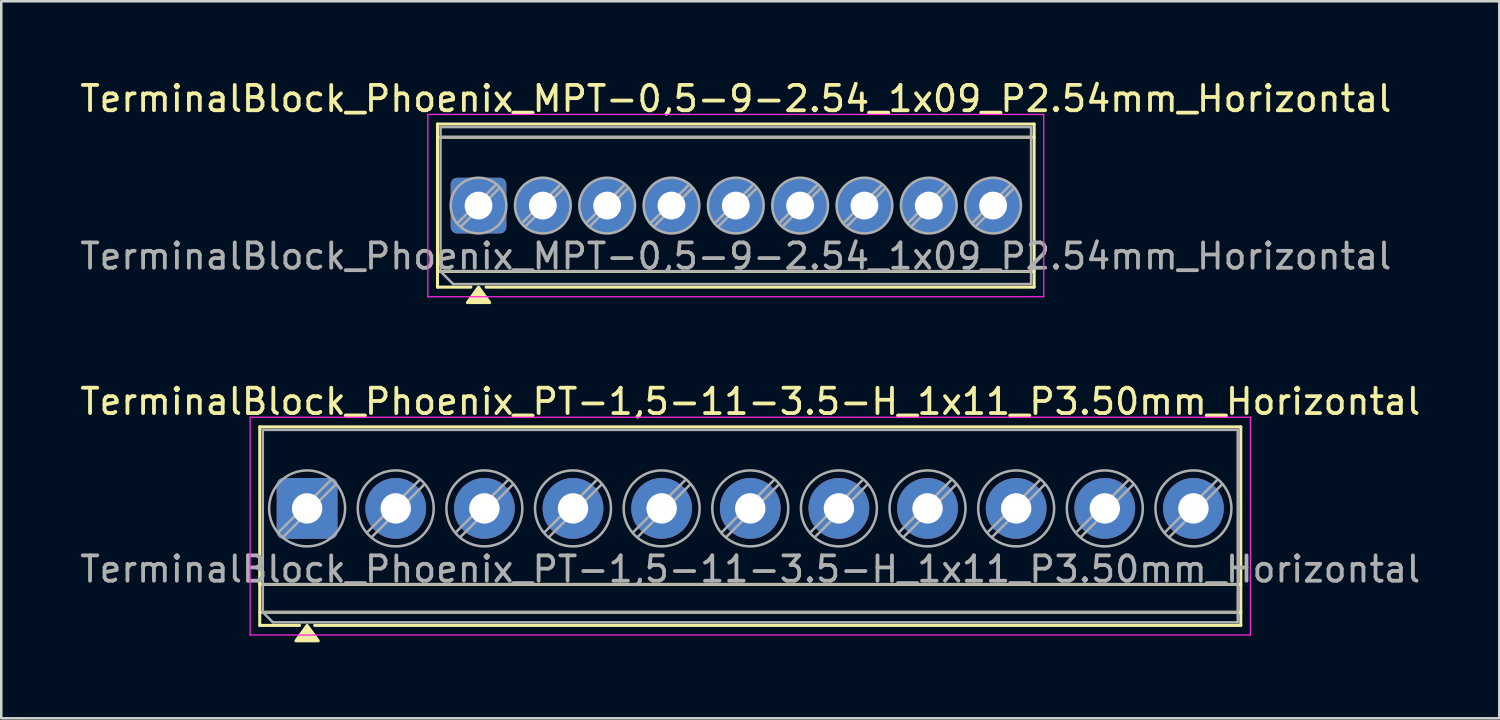
<source format=kicad_pcb>
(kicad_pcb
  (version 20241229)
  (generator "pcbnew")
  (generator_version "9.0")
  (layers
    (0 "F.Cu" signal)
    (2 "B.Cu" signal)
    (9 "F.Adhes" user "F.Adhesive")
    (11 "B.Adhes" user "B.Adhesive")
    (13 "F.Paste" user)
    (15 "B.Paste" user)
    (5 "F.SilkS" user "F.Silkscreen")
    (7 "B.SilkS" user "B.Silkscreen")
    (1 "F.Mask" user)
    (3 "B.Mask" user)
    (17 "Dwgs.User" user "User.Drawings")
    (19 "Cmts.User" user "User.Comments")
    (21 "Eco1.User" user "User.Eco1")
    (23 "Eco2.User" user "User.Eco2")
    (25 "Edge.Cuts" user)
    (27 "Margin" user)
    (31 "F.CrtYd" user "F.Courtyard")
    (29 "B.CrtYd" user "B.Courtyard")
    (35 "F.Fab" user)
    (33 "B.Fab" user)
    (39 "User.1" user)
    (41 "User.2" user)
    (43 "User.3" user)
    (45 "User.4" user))
  (footprint "TerminalBlock_Phoenix_PT-1,5-11-3.5-H_1x11_P3.50mm_Horizontal"
    (layer "F.Cu")
    (at 9.077 17.026)
    (property "Reference" "TerminalBlock_Phoenix_PT-1,5-11-3.5-H_1x11_P3.50mm_Horizontal" (at 17.5 -4.22 0) (layer "F.SilkS") (effects (font (size 1 1) (thickness 0.15))))
    (attr through_hole)
    (fp_line (start -1.87 -3.22) (end 36.87 -3.22) (stroke (width 0.12) (type solid)) (layer "F.SilkS"))
    (fp_line (start -1.87 3) (end 36.87 3) (stroke (width 0.12) (type solid)) (layer "F.SilkS"))
    (fp_line (start -1.87 4.1) (end 36.87 4.1) (stroke (width 0.12) (type solid)) (layer "F.SilkS"))
    (fp_line (start -1.87 4.62) (end -1.87 -3.22) (stroke (width 0.12) (type solid)) (layer "F.SilkS"))
    (fp_line (start -0.3 4.62) (end -1.87 4.62) (stroke (width 0.12) (type solid)) (layer "F.SilkS"))
    (fp_line (start 36.87 -3.22) (end 36.87 4.62) (stroke (width 0.12) (type solid)) (layer "F.SilkS"))
    (fp_line (start 36.87 4.62) (end 0.3 4.62) (stroke (width 0.12) (type solid)) (layer "F.SilkS"))
    (fp_poly (pts (xy 0 4.62) (xy 0.44 5.23) (xy -0.44 5.23)) (stroke (width 0.12) (type solid)) (fill yes) (layer "F.SilkS"))
    (fp_line (start -2.25 -3.6) (end -2.25 5) (stroke (width 0.05) (type solid)) (layer "F.CrtYd"))
    (fp_line (start -2.25 5) (end 37.25 5) (stroke (width 0.05) (type solid)) (layer "F.CrtYd"))
    (fp_line (start 37.25 -3.6) (end -2.25 -3.6) (stroke (width 0.05) (type solid)) (layer "F.CrtYd"))
    (fp_line (start 37.25 5) (end 37.25 -3.6) (stroke (width 0.05) (type solid)) (layer "F.CrtYd"))
    (fp_line (start -1.75 -3.1) (end 36.75 -3.1) (stroke (width 0.1) (type solid)) (layer "F.Fab"))
    (fp_line (start -1.75 3) (end 36.75 3) (stroke (width 0.1) (type solid)) (layer "F.Fab"))
    (fp_line (start -1.75 4.1) (end -1.75 -3.1) (stroke (width 0.1) (type solid)) (layer "F.Fab"))
    (fp_line (start -1.75 4.1) (end 36.75 4.1) (stroke (width 0.1) (type solid)) (layer "F.Fab"))
    (fp_line (start -1.35 4.5) (end -1.75 4.1) (stroke (width 0.1) (type solid)) (layer "F.Fab"))
    (fp_line (start 0.955 -1.138) (end -1.138 0.955) (stroke (width 0.1) (type solid)) (layer "F.Fab"))
    (fp_line (start 1.138 -0.955) (end -0.955 1.138) (stroke (width 0.1) (type solid)) (layer "F.Fab"))
    (fp_line (start 4.455 -1.138) (end 2.362 0.955) (stroke (width 0.1) (type solid)) (layer "F.Fab"))
    (fp_line (start 4.638 -0.955) (end 2.545 1.138) (stroke (width 0.1) (type solid)) (layer "F.Fab"))
    (fp_line (start 7.955 -1.138) (end 5.862 0.955) (stroke (width 0.1) (type solid)) (layer "F.Fab"))
    (fp_line (start 8.138 -0.955) (end 6.045 1.138) (stroke (width 0.1) (type solid)) (layer "F.Fab"))
    (fp_line (start 11.455 -1.138) (end 9.362 0.955) (stroke (width 0.1) (type solid)) (layer "F.Fab"))
    (fp_line (start 11.638 -0.955) (end 9.545 1.138) (stroke (width 0.1) (type solid)) (layer "F.Fab"))
    (fp_line (start 14.955 -1.138) (end 12.862 0.955) (stroke (width 0.1) (type solid)) (layer "F.Fab"))
    (fp_line (start 15.138 -0.955) (end 13.045 1.138) (stroke (width 0.1) (type solid)) (layer "F.Fab"))
    (fp_line (start 18.455 -1.138) (end 16.362 0.955) (stroke (width 0.1) (type solid)) (layer "F.Fab"))
    (fp_line (start 18.638 -0.955) (end 16.545 1.138) (stroke (width 0.1) (type solid)) (layer "F.Fab"))
    (fp_line (start 21.955 -1.138) (end 19.862 0.955) (stroke (width 0.1) (type solid)) (layer "F.Fab"))
    (fp_line (start 22.138 -0.955) (end 20.045 1.138) (stroke (width 0.1) (type solid)) (layer "F.Fab"))
    (fp_line (start 25.455 -1.138) (end 23.362 0.955) (stroke (width 0.1) (type solid)) (layer "F.Fab"))
    (fp_line (start 25.638 -0.955) (end 23.545 1.138) (stroke (width 0.1) (type solid)) (layer "F.Fab"))
    (fp_line (start 28.955 -1.138) (end 26.862 0.955) (stroke (width 0.1) (type solid)) (layer "F.Fab"))
    (fp_line (start 29.138 -0.955) (end 27.045 1.138) (stroke (width 0.1) (type solid)) (layer "F.Fab"))
    (fp_line (start 32.455 -1.138) (end 30.362 0.955) (stroke (width 0.1) (type solid)) (layer "F.Fab"))
    (fp_line (start 32.638 -0.955) (end 30.545 1.138) (stroke (width 0.1) (type solid)) (layer "F.Fab"))
    (fp_line (start 35.955 -1.138) (end 33.862 0.955) (stroke (width 0.1) (type solid)) (layer "F.Fab"))
    (fp_line (start 36.138 -0.955) (end 34.045 1.138) (stroke (width 0.1) (type solid)) (layer "F.Fab"))
    (fp_line (start 36.75 -3.1) (end 36.75 4.5) (stroke (width 0.1) (type solid)) (layer "F.Fab"))
    (fp_line (start 36.75 4.5) (end -1.35 4.5) (stroke (width 0.1) (type solid)) (layer "F.Fab"))
    (fp_circle (center 0 0) (end 1.5 0) (stroke (width 0.1) (type solid)) (fill no) (layer "F.Fab"))
    (fp_circle (center 3.5 0) (end 5 0) (stroke (width 0.1) (type solid)) (fill no) (layer "F.Fab"))
    (fp_circle (center 7 0) (end 8.5 0) (stroke (width 0.1) (type solid)) (fill no) (layer "F.Fab"))
    (fp_circle (center 10.5 0) (end 12 0) (stroke (width 0.1) (type solid)) (fill no) (layer "F.Fab"))
    (fp_circle (center 14 0) (end 15.5 0) (stroke (width 0.1) (type solid)) (fill no) (layer "F.Fab"))
    (fp_circle (center 17.5 0) (end 19 0) (stroke (width 0.1) (type solid)) (fill no) (layer "F.Fab"))
    (fp_circle (center 21 0) (end 22.5 0) (stroke (width 0.1) (type solid)) (fill no) (layer "F.Fab"))
    (fp_circle (center 24.5 0) (end 26 0) (stroke (width 0.1) (type solid)) (fill no) (layer "F.Fab"))
    (fp_circle (center 28 0) (end 29.5 0) (stroke (width 0.1) (type solid)) (fill no) (layer "F.Fab"))
    (fp_circle (center 31.5 0) (end 33 0) (stroke (width 0.1) (type solid)) (fill no) (layer "F.Fab"))
    (fp_circle (center 35 0) (end 36.5 0) (stroke (width 0.1) (type solid)) (fill no) (layer "F.Fab"))
    (fp_text user "${REFERENCE}" (at 17.5 2.4 0) (layer "F.Fab") (effects (font (size 1 1) (thickness 0.15))))
    (pad "1" thru_hole roundrect (at 0 0) (size 2.4 2.4) (drill 1.2) (layers "*.Cu" "*.Mask") (roundrect_rratio 0.104))
    (pad "2" thru_hole circle (at 3.5 0) (size 2.4 2.4) (drill 1.2) (layers "*.Cu" "*.Mask"))
    (pad "3" thru_hole circle (at 7 0) (size 2.4 2.4) (drill 1.2) (layers "*.Cu" "*.Mask"))
    (pad "4" thru_hole circle (at 10.5 0) (size 2.4 2.4) (drill 1.2) (layers "*.Cu" "*.Mask"))
    (pad "5" thru_hole circle (at 14 0) (size 2.4 2.4) (drill 1.2) (layers "*.Cu" "*.Mask"))
    (pad "6" thru_hole circle (at 17.5 0) (size 2.4 2.4) (drill 1.2) (layers "*.Cu" "*.Mask"))
    (pad "7" thru_hole circle (at 21 0) (size 2.4 2.4) (drill 1.2) (layers "*.Cu" "*.Mask"))
    (pad "8" thru_hole circle (at 24.5 0) (size 2.4 2.4) (drill 1.2) (layers "*.Cu" "*.Mask"))
    (pad "9" thru_hole circle (at 28 0) (size 2.4 2.4) (drill 1.2) (layers "*.Cu" "*.Mask"))
    (pad "10" thru_hole circle (at 31.5 0) (size 2.4 2.4) (drill 1.2) (layers "*.Cu" "*.Mask"))
    (pad "11" thru_hole circle (at 35 0) (size 2.4 2.4) (drill 1.2) (layers "*.Cu" "*.Mask")))
  (footprint "TerminalBlock_Phoenix_MPT-0,5-9-2.54_1x09_P2.54mm_Horizontal"
    (layer "F.Cu")
    (at 15.846 5.068)
    (property "Reference" "TerminalBlock_Phoenix_MPT-0,5-9-2.54_1x09_P2.54mm_Horizontal" (at 10.16 -4.22 0) (layer "F.SilkS") (effects (font (size 1 1) (thickness 0.15))))
    (attr through_hole)
    (fp_line (start -1.62 -3.22) (end 21.94 -3.22) (stroke (width 0.12) (type solid)) (layer "F.SilkS"))
    (fp_line (start -1.62 -2.7) (end 21.94 -2.7) (stroke (width 0.12) (type solid)) (layer "F.SilkS"))
    (fp_line (start -1.62 2.6) (end 21.94 2.6) (stroke (width 0.12) (type solid)) (layer "F.SilkS"))
    (fp_line (start -1.62 3.22) (end -1.62 -3.22) (stroke (width 0.12) (type solid)) (layer "F.SilkS"))
    (fp_line (start -0.3 3.22) (end -1.62 3.22) (stroke (width 0.12) (type solid)) (layer "F.SilkS"))
    (fp_line (start 21.94 -3.22) (end 21.94 3.22) (stroke (width 0.12) (type solid)) (layer "F.SilkS"))
    (fp_line (start 21.94 3.22) (end 0.3 3.22) (stroke (width 0.12) (type solid)) (layer "F.SilkS"))
    (fp_poly (pts (xy 0 3.22) (xy 0.44 3.83) (xy -0.44 3.83)) (stroke (width 0.12) (type solid)) (fill yes) (layer "F.SilkS"))
    (fp_line (start -2 -3.6) (end -2 3.6) (stroke (width 0.05) (type solid)) (layer "F.CrtYd"))
    (fp_line (start -2 3.6) (end 22.32 3.6) (stroke (width 0.05) (type solid)) (layer "F.CrtYd"))
    (fp_line (start 22.32 -3.6) (end -2 -3.6) (stroke (width 0.05) (type solid)) (layer "F.CrtYd"))
    (fp_line (start 22.32 3.6) (end 22.32 -3.6) (stroke (width 0.05) (type solid)) (layer "F.CrtYd"))
    (fp_line (start -1.5 -3.1) (end 21.82 -3.1) (stroke (width 0.1) (type solid)) (layer "F.Fab"))
    (fp_line (start -1.5 -2.7) (end 21.82 -2.7) (stroke (width 0.1) (type solid)) (layer "F.Fab"))
    (fp_line (start -1.5 2.6) (end -1.5 -3.1) (stroke (width 0.1) (type solid)) (layer "F.Fab"))
    (fp_line (start -1.5 2.6) (end 21.82 2.6) (stroke (width 0.1) (type solid)) (layer "F.Fab"))
    (fp_line (start -1 3.1) (end -1.5 2.6) (stroke (width 0.1) (type solid)) (layer "F.Fab"))
    (fp_line (start 0.7 -0.834) (end -0.834 0.7) (stroke (width 0.1) (type solid)) (layer "F.Fab"))
    (fp_line (start 0.834 -0.7) (end -0.7 0.834) (stroke (width 0.1) (type solid)) (layer "F.Fab"))
    (fp_line (start 3.24 -0.834) (end 1.706 0.7) (stroke (width 0.1) (type solid)) (layer "F.Fab"))
    (fp_line (start 3.374 -0.7) (end 1.84 0.834) (stroke (width 0.1) (type solid)) (layer "F.Fab"))
    (fp_line (start 5.78 -0.834) (end 4.246 0.7) (stroke (width 0.1) (type solid)) (layer "F.Fab"))
    (fp_line (start 5.914 -0.7) (end 4.38 0.834) (stroke (width 0.1) (type solid)) (layer "F.Fab"))
    (fp_line (start 8.32 -0.834) (end 6.786 0.7) (stroke (width 0.1) (type solid)) (layer "F.Fab"))
    (fp_line (start 8.454 -0.7) (end 6.92 0.834) (stroke (width 0.1) (type solid)) (layer "F.Fab"))
    (fp_line (start 10.86 -0.834) (end 9.326 0.7) (stroke (width 0.1) (type solid)) (layer "F.Fab"))
    (fp_line (start 10.994 -0.7) (end 9.46 0.834) (stroke (width 0.1) (type solid)) (layer "F.Fab"))
    (fp_line (start 13.4 -0.834) (end 11.866 0.7) (stroke (width 0.1) (type solid)) (layer "F.Fab"))
    (fp_line (start 13.534 -0.7) (end 12 0.834) (stroke (width 0.1) (type solid)) (layer "F.Fab"))
    (fp_line (start 15.94 -0.834) (end 14.406 0.7) (stroke (width 0.1) (type solid)) (layer "F.Fab"))
    (fp_line (start 16.074 -0.7) (end 14.54 0.834) (stroke (width 0.1) (type solid)) (layer "F.Fab"))
    (fp_line (start 18.48 -0.834) (end 16.946 0.7) (stroke (width 0.1) (type solid)) (layer "F.Fab"))
    (fp_line (start 18.614 -0.7) (end 17.08 0.834) (stroke (width 0.1) (type solid)) (layer "F.Fab"))
    (fp_line (start 21.02 -0.834) (end 19.486 0.7) (stroke (width 0.1) (type solid)) (layer "F.Fab"))
    (fp_line (start 21.154 -0.7) (end 19.62 0.834) (stroke (width 0.1) (type solid)) (layer "F.Fab"))
    (fp_line (start 21.82 -3.1) (end 21.82 3.1) (stroke (width 0.1) (type solid)) (layer "F.Fab"))
    (fp_line (start 21.82 3.1) (end -1 3.1) (stroke (width 0.1) (type solid)) (layer "F.Fab"))
    (fp_circle (center 0 0) (end 1.1 0) (stroke (width 0.1) (type solid)) (fill no) (layer "F.Fab"))
    (fp_circle (center 2.54 0) (end 3.64 0) (stroke (width 0.1) (type solid)) (fill no) (layer "F.Fab"))
    (fp_circle (center 5.08 0) (end 6.18 0) (stroke (width 0.1) (type solid)) (fill no) (layer "F.Fab"))
    (fp_circle (center 7.62 0) (end 8.72 0) (stroke (width 0.1) (type solid)) (fill no) (layer "F.Fab"))
    (fp_circle (center 10.16 0) (end 11.26 0) (stroke (width 0.1) (type solid)) (fill no) (layer "F.Fab"))
    (fp_circle (center 12.7 0) (end 13.8 0) (stroke (width 0.1) (type solid)) (fill no) (layer "F.Fab"))
    (fp_circle (center 15.24 0) (end 16.34 0) (stroke (width 0.1) (type solid)) (fill no) (layer "F.Fab"))
    (fp_circle (center 17.78 0) (end 18.88 0) (stroke (width 0.1) (type solid)) (fill no) (layer "F.Fab"))
    (fp_circle (center 20.32 0) (end 21.42 0) (stroke (width 0.1) (type solid)) (fill no) (layer "F.Fab"))
    (fp_text user "${REFERENCE}" (at 10.16 2 0) (layer "F.Fab") (effects (font (size 1 1) (thickness 0.15))))
    (pad "1" thru_hole roundrect (at 0 0) (size 2.2 2.2) (drill 1.1) (layers "*.Cu" "*.Mask") (roundrect_rratio 0.114))
    (pad "2" thru_hole circle (at 2.54 0) (size 2.2 2.2) (drill 1.1) (layers "*.Cu" "*.Mask"))
    (pad "3" thru_hole circle (at 5.08 0) (size 2.2 2.2) (drill 1.1) (layers "*.Cu" "*.Mask"))
    (pad "4" thru_hole circle (at 7.62 0) (size 2.2 2.2) (drill 1.1) (layers "*.Cu" "*.Mask"))
    (pad "5" thru_hole circle (at 10.16 0) (size 2.2 2.2) (drill 1.1) (layers "*.Cu" "*.Mask"))
    (pad "6" thru_hole circle (at 12.7 0) (size 2.2 2.2) (drill 1.1) (layers "*.Cu" "*.Mask"))
    (pad "7" thru_hole circle (at 15.24 0) (size 2.2 2.2) (drill 1.1) (layers "*.Cu" "*.Mask"))
    (pad "8" thru_hole circle (at 17.78 0) (size 2.2 2.2) (drill 1.1) (layers "*.Cu" "*.Mask"))
    (pad "9" thru_hole circle (at 20.32 0) (size 2.2 2.2) (drill 1.1) (layers "*.Cu" "*.Mask")))
  (gr_rect
    (start -3 -3)
    (end 56.155 25.317)
    (stroke (width 0.1) (type default))
    (fill no)
    (layer "Edge.Cuts")))
</source>
